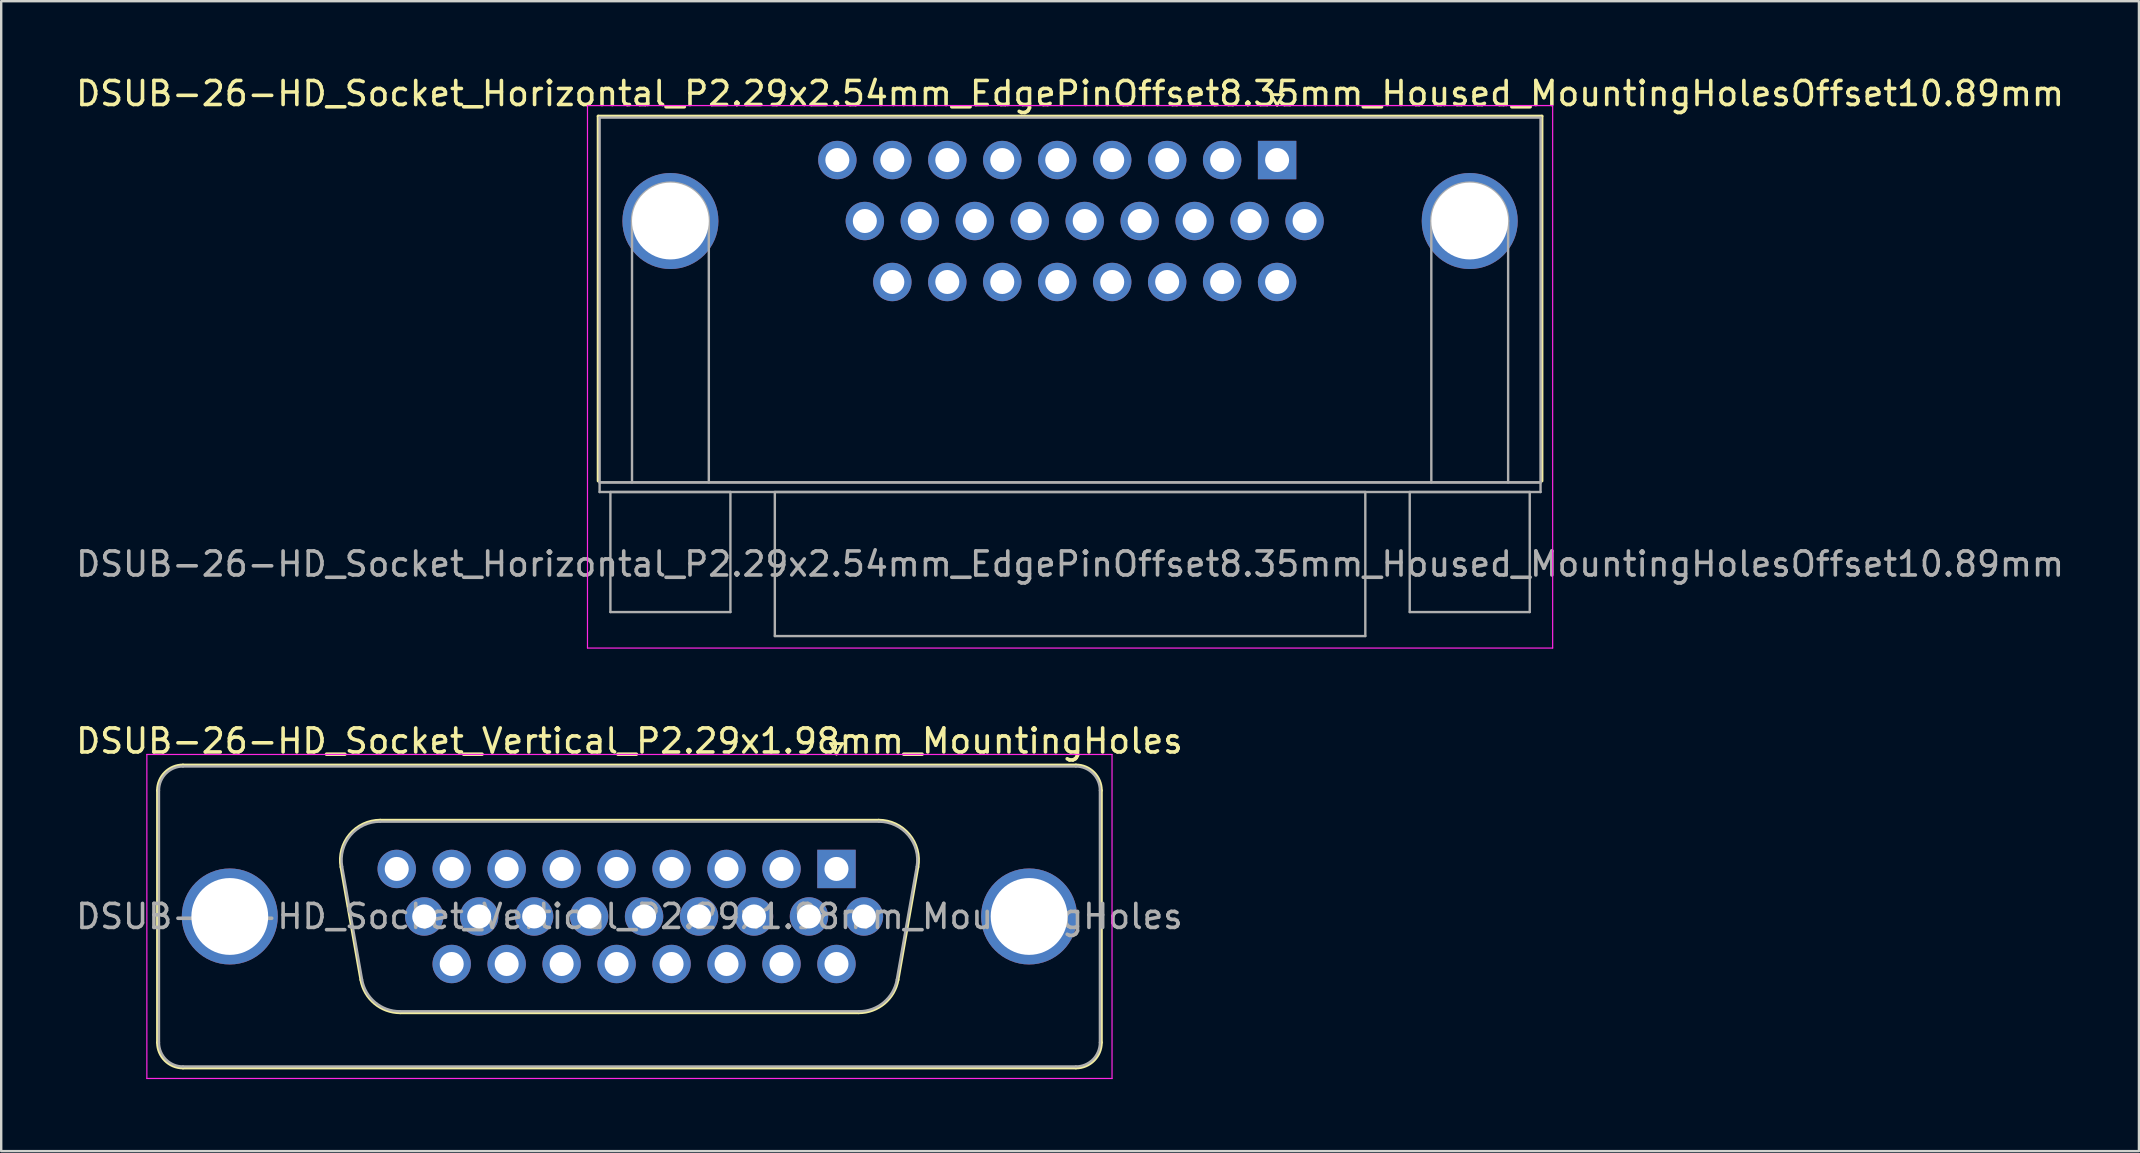
<source format=kicad_pcb>
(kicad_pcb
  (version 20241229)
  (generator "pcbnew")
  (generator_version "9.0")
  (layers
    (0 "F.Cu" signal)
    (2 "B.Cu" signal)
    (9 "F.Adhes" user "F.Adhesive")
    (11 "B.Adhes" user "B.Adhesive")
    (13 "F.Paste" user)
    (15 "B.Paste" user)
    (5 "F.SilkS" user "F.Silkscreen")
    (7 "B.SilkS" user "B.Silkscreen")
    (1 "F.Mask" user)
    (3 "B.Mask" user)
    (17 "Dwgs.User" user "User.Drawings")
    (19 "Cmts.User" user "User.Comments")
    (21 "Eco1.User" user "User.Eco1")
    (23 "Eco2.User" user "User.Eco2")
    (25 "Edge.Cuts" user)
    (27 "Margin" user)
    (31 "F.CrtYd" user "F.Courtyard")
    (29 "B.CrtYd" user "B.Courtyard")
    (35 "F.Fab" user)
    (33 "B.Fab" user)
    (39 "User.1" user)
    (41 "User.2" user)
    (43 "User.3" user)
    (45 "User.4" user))
  (footprint "DSUB-26-HD_Socket_Horizontal_P2.29x2.54mm_EdgePinOffset8.35mm_Housed_MountingHolesOffset10.89mm"
    (layer "F.Cu")
    (at 50.155 3.618)
    (property "Reference" "DSUB-26-HD_Socket_Horizontal_P2.29x2.54mm_EdgePinOffset8.35mm_Housed_MountingHolesOffset10.89mm" (at -8.625 -2.77 0) (layer "F.SilkS") (effects (font (size 1 1) (thickness 0.15))))
    (attr through_hole)
    (fp_line (start -28.285 -1.83) (end 11.035 -1.83) (stroke (width 0.12) (type solid)) (layer "F.SilkS"))
    (fp_line (start -28.285 13.37) (end -28.285 -1.83) (stroke (width 0.12) (type solid)) (layer "F.SilkS"))
    (fp_line (start -0.25 -2.724) (end 0.25 -2.724) (stroke (width 0.12) (type solid)) (layer "F.SilkS"))
    (fp_line (start 0 -2.291) (end -0.25 -2.724) (stroke (width 0.12) (type solid)) (layer "F.SilkS"))
    (fp_line (start 0.25 -2.724) (end 0 -2.291) (stroke (width 0.12) (type solid)) (layer "F.SilkS"))
    (fp_line (start 11.035 -1.83) (end 11.035 13.37) (stroke (width 0.12) (type solid)) (layer "F.SilkS"))
    (fp_line (start -28.73 -2.27) (end -28.73 20.33) (stroke (width 0.05) (type solid)) (layer "F.CrtYd"))
    (fp_line (start -28.73 20.33) (end 11.48 20.33) (stroke (width 0.05) (type solid)) (layer "F.CrtYd"))
    (fp_line (start 11.48 -2.27) (end -28.73 -2.27) (stroke (width 0.05) (type solid)) (layer "F.CrtYd"))
    (fp_line (start 11.48 20.33) (end 11.48 -2.27) (stroke (width 0.05) (type solid)) (layer "F.CrtYd"))
    (fp_line (start -28.225 -1.77) (end -28.225 13.43) (stroke (width 0.1) (type solid)) (layer "F.Fab"))
    (fp_line (start -28.225 13.43) (end -28.225 13.83) (stroke (width 0.1) (type solid)) (layer "F.Fab"))
    (fp_line (start -28.225 13.43) (end 10.975 13.43) (stroke (width 0.1) (type solid)) (layer "F.Fab"))
    (fp_line (start -28.225 13.83) (end 10.975 13.83) (stroke (width 0.1) (type solid)) (layer "F.Fab"))
    (fp_line (start -27.775 13.83) (end -27.775 18.83) (stroke (width 0.1) (type solid)) (layer "F.Fab"))
    (fp_line (start -27.775 18.83) (end -22.775 18.83) (stroke (width 0.1) (type solid)) (layer "F.Fab"))
    (fp_line (start -26.875 13.43) (end -26.875 2.54) (stroke (width 0.1) (type solid)) (layer "F.Fab"))
    (fp_line (start -23.675 13.43) (end -23.675 2.54) (stroke (width 0.1) (type solid)) (layer "F.Fab"))
    (fp_line (start -22.775 13.83) (end -27.775 13.83) (stroke (width 0.1) (type solid)) (layer "F.Fab"))
    (fp_line (start -22.775 18.83) (end -22.775 13.83) (stroke (width 0.1) (type solid)) (layer "F.Fab"))
    (fp_line (start -20.925 13.83) (end -20.925 19.83) (stroke (width 0.1) (type solid)) (layer "F.Fab"))
    (fp_line (start -20.925 19.83) (end 3.675 19.83) (stroke (width 0.1) (type solid)) (layer "F.Fab"))
    (fp_line (start 3.675 13.83) (end -20.925 13.83) (stroke (width 0.1) (type solid)) (layer "F.Fab"))
    (fp_line (start 3.675 19.83) (end 3.675 13.83) (stroke (width 0.1) (type solid)) (layer "F.Fab"))
    (fp_line (start 5.525 13.83) (end 5.525 18.83) (stroke (width 0.1) (type solid)) (layer "F.Fab"))
    (fp_line (start 5.525 18.83) (end 10.525 18.83) (stroke (width 0.1) (type solid)) (layer "F.Fab"))
    (fp_line (start 6.425 13.43) (end 6.425 2.54) (stroke (width 0.1) (type solid)) (layer "F.Fab"))
    (fp_line (start 9.625 13.43) (end 9.625 2.54) (stroke (width 0.1) (type solid)) (layer "F.Fab"))
    (fp_line (start 10.525 13.83) (end 5.525 13.83) (stroke (width 0.1) (type solid)) (layer "F.Fab"))
    (fp_line (start 10.525 18.83) (end 10.525 13.83) (stroke (width 0.1) (type solid)) (layer "F.Fab"))
    (fp_line (start 10.975 -1.77) (end -28.225 -1.77) (stroke (width 0.1) (type solid)) (layer "F.Fab"))
    (fp_line (start 10.975 13.43) (end -28.225 13.43) (stroke (width 0.1) (type solid)) (layer "F.Fab"))
    (fp_line (start 10.975 13.43) (end 10.975 -1.77) (stroke (width 0.1) (type solid)) (layer "F.Fab"))
    (fp_line (start 10.975 13.83) (end 10.975 13.43) (stroke (width 0.1) (type solid)) (layer "F.Fab"))
    (fp_arc (start -26.875 2.54) (mid -25.275 0.94) (end -23.675 2.54) (stroke (width 0.1) (type solid)) (layer "F.Fab"))
    (fp_arc (start 6.425 2.54) (mid 8.025 0.94) (end 9.625 2.54) (stroke (width 0.1) (type solid)) (layer "F.Fab"))
    (fp_text user "${REFERENCE}" (at -8.625 16.83 0) (layer "F.Fab") (effects (font (size 1 1) (thickness 0.15))))
    (pad "0" thru_hole circle (at -25.275 2.54) (size 4 4) (drill 3.2) (layers "*.Cu" "*.Mask"))
    (pad "0" thru_hole circle (at 8.025 2.54) (size 4 4) (drill 3.2) (layers "*.Cu" "*.Mask"))
    (pad "1" thru_hole rect (at 0 0) (size 1.6 1.6) (drill 1) (layers "*.Cu" "*.Mask"))
    (pad "2" thru_hole circle (at -2.29 0) (size 1.6 1.6) (drill 1) (layers "*.Cu" "*.Mask"))
    (pad "3" thru_hole circle (at -4.58 0) (size 1.6 1.6) (drill 1) (layers "*.Cu" "*.Mask"))
    (pad "4" thru_hole circle (at -6.87 0) (size 1.6 1.6) (drill 1) (layers "*.Cu" "*.Mask"))
    (pad "5" thru_hole circle (at -9.16 0) (size 1.6 1.6) (drill 1) (layers "*.Cu" "*.Mask"))
    (pad "6" thru_hole circle (at -11.45 0) (size 1.6 1.6) (drill 1) (layers "*.Cu" "*.Mask"))
    (pad "7" thru_hole circle (at -13.74 0) (size 1.6 1.6) (drill 1) (layers "*.Cu" "*.Mask"))
    (pad "8" thru_hole circle (at -16.03 0) (size 1.6 1.6) (drill 1) (layers "*.Cu" "*.Mask"))
    (pad "9" thru_hole circle (at -18.32 0) (size 1.6 1.6) (drill 1) (layers "*.Cu" "*.Mask"))
    (pad "10" thru_hole circle (at 1.145 2.54) (size 1.6 1.6) (drill 1) (layers "*.Cu" "*.Mask"))
    (pad "11" thru_hole circle (at -1.145 2.54) (size 1.6 1.6) (drill 1) (layers "*.Cu" "*.Mask"))
    (pad "12" thru_hole circle (at -3.435 2.54) (size 1.6 1.6) (drill 1) (layers "*.Cu" "*.Mask"))
    (pad "13" thru_hole circle (at -5.725 2.54) (size 1.6 1.6) (drill 1) (layers "*.Cu" "*.Mask"))
    (pad "14" thru_hole circle (at -8.015 2.54) (size 1.6 1.6) (drill 1) (layers "*.Cu" "*.Mask"))
    (pad "15" thru_hole circle (at -10.305 2.54) (size 1.6 1.6) (drill 1) (layers "*.Cu" "*.Mask"))
    (pad "16" thru_hole circle (at -12.595 2.54) (size 1.6 1.6) (drill 1) (layers "*.Cu" "*.Mask"))
    (pad "17" thru_hole circle (at -14.885 2.54) (size 1.6 1.6) (drill 1) (layers "*.Cu" "*.Mask"))
    (pad "18" thru_hole circle (at -17.175 2.54) (size 1.6 1.6) (drill 1) (layers "*.Cu" "*.Mask"))
    (pad "19" thru_hole circle (at 0 5.08) (size 1.6 1.6) (drill 1) (layers "*.Cu" "*.Mask"))
    (pad "20" thru_hole circle (at -2.29 5.08) (size 1.6 1.6) (drill 1) (layers "*.Cu" "*.Mask"))
    (pad "21" thru_hole circle (at -4.58 5.08) (size 1.6 1.6) (drill 1) (layers "*.Cu" "*.Mask"))
    (pad "22" thru_hole circle (at -6.87 5.08) (size 1.6 1.6) (drill 1) (layers "*.Cu" "*.Mask"))
    (pad "23" thru_hole circle (at -9.16 5.08) (size 1.6 1.6) (drill 1) (layers "*.Cu" "*.Mask"))
    (pad "24" thru_hole circle (at -11.45 5.08) (size 1.6 1.6) (drill 1) (layers "*.Cu" "*.Mask"))
    (pad "25" thru_hole circle (at -13.74 5.08) (size 1.6 1.6) (drill 1) (layers "*.Cu" "*.Mask"))
    (pad "26" thru_hole circle (at -16.03 5.08) (size 1.6 1.6) (drill 1) (layers "*.Cu" "*.Mask")))
  (footprint "DSUB-26-HD_Socket_Vertical_P2.29x1.98mm_MountingHoles"
    (layer "F.Cu")
    (at 31.798 33.151)
    (property "Reference" "DSUB-26-HD_Socket_Vertical_P2.29x1.98mm_MountingHoles" (at -8.625 -5.33 0) (layer "F.SilkS") (effects (font (size 1 1) (thickness 0.15))))
    (attr through_hole)
    (fp_line (start -28.285 7.23) (end -28.285 -3.27) (stroke (width 0.12) (type solid)) (layer "F.SilkS"))
    (fp_line (start -27.225 -4.33) (end 9.975 -4.33) (stroke (width 0.12) (type solid)) (layer "F.SilkS"))
    (fp_line (start -19.813 4.618) (end -20.641 -0.082) (stroke (width 0.12) (type solid)) (layer "F.SilkS"))
    (fp_line (start -19.007 -2.03) (end 1.757 -2.03) (stroke (width 0.12) (type solid)) (layer "F.SilkS"))
    (fp_line (start -0.25 -5.224) (end 0.25 -5.224) (stroke (width 0.12) (type solid)) (layer "F.SilkS"))
    (fp_line (start 0 -4.791) (end -0.25 -5.224) (stroke (width 0.12) (type solid)) (layer "F.SilkS"))
    (fp_line (start 0.25 -5.224) (end 0 -4.791) (stroke (width 0.12) (type solid)) (layer "F.SilkS"))
    (fp_line (start 0.928 5.99) (end -18.178 5.99) (stroke (width 0.12) (type solid)) (layer "F.SilkS"))
    (fp_line (start 3.391 -0.082) (end 2.563 4.618) (stroke (width 0.12) (type solid)) (layer "F.SilkS"))
    (fp_line (start 9.975 8.29) (end -27.225 8.29) (stroke (width 0.12) (type solid)) (layer "F.SilkS"))
    (fp_line (start 11.035 -3.27) (end 11.035 7.23) (stroke (width 0.12) (type solid)) (layer "F.SilkS"))
    (fp_arc (start -28.285 -3.27) (mid -27.974533 -4.019533) (end -27.225 -4.33) (stroke (width 0.12) (type solid)) (layer "F.SilkS"))
    (fp_arc (start -27.225 8.29) (mid -27.974533 7.979533) (end -28.285 7.23) (stroke (width 0.12) (type solid)) (layer "F.SilkS"))
    (fp_arc (start -20.64147 -0.081744) (mid -20.278323 -1.437027) (end -19.006689 -2.03) (stroke (width 0.12) (type solid)) (layer "F.SilkS"))
    (fp_arc (start -18.177952 5.99) (mid -19.24498 5.601634) (end -19.812733 4.618256) (stroke (width 0.12) (type solid)) (layer "F.SilkS"))
    (fp_arc (start 1.756689 -2.03) (mid 3.028323 -1.437027) (end 3.39147 -0.081744) (stroke (width 0.12) (type solid)) (layer "F.SilkS"))
    (fp_arc (start 2.562733 4.618256) (mid 1.99498 5.601634) (end 0.927952 5.99) (stroke (width 0.12) (type solid)) (layer "F.SilkS"))
    (fp_arc (start 9.975 -4.33) (mid 10.724533 -4.019533) (end 11.035 -3.27) (stroke (width 0.12) (type solid)) (layer "F.SilkS"))
    (fp_arc (start 11.035 7.23) (mid 10.724533 7.979533) (end 9.975 8.29) (stroke (width 0.12) (type solid)) (layer "F.SilkS"))
    (fp_line (start -28.73 -4.77) (end -28.73 8.73) (stroke (width 0.05) (type solid)) (layer "F.CrtYd"))
    (fp_line (start -28.73 8.73) (end 11.48 8.73) (stroke (width 0.05) (type solid)) (layer "F.CrtYd"))
    (fp_line (start 11.48 -4.77) (end -28.73 -4.77) (stroke (width 0.05) (type solid)) (layer "F.CrtYd"))
    (fp_line (start 11.48 8.73) (end 11.48 -4.77) (stroke (width 0.05) (type solid)) (layer "F.CrtYd"))
    (fp_line (start -28.225 7.23) (end -28.225 -3.27) (stroke (width 0.1) (type solid)) (layer "F.Fab"))
    (fp_line (start -27.225 -4.27) (end 9.975 -4.27) (stroke (width 0.1) (type solid)) (layer "F.Fab"))
    (fp_line (start -19.765 4.608) (end -20.594 -0.092) (stroke (width 0.1) (type solid)) (layer "F.Fab"))
    (fp_line (start -19.018 -1.97) (end 1.768 -1.97) (stroke (width 0.1) (type solid)) (layer "F.Fab"))
    (fp_line (start 0.939 5.93) (end -18.189 5.93) (stroke (width 0.1) (type solid)) (layer "F.Fab"))
    (fp_line (start 3.344 -0.092) (end 2.515 4.608) (stroke (width 0.1) (type solid)) (layer "F.Fab"))
    (fp_line (start 9.975 8.23) (end -27.225 8.23) (stroke (width 0.1) (type solid)) (layer "F.Fab"))
    (fp_line (start 10.975 -3.27) (end 10.975 7.23) (stroke (width 0.1) (type solid)) (layer "F.Fab"))
    (fp_arc (start -28.225 -3.27) (mid -27.932107 -3.977107) (end -27.225 -4.27) (stroke (width 0.1) (type solid)) (layer "F.Fab"))
    (fp_arc (start -27.225 8.23) (mid -27.932107 7.937107) (end -28.225 7.23) (stroke (width 0.1) (type solid)) (layer "F.Fab"))
    (fp_arc (start -20.593887 -0.092163) (mid -20.243865 -1.39846) (end -19.018194 -1.97) (stroke (width 0.1) (type solid)) (layer "F.Fab"))
    (fp_arc (start -18.189457 5.93) (mid -19.217918 5.555671) (end -19.76515 4.607837) (stroke (width 0.1) (type solid)) (layer "F.Fab"))
    (fp_arc (start 1.768194 -1.97) (mid 2.993865 -1.39846) (end 3.343887 -0.092163) (stroke (width 0.1) (type solid)) (layer "F.Fab"))
    (fp_arc (start 2.51515 4.607837) (mid 1.967918 5.555671) (end 0.939457 5.93) (stroke (width 0.1) (type solid)) (layer "F.Fab"))
    (fp_arc (start 9.975 -4.27) (mid 10.682107 -3.977107) (end 10.975 -3.27) (stroke (width 0.1) (type solid)) (layer "F.Fab"))
    (fp_arc (start 10.975 7.23) (mid 10.682107 7.937107) (end 9.975 8.23) (stroke (width 0.1) (type solid)) (layer "F.Fab"))
    (fp_text user "${REFERENCE}" (at -8.625 1.98 0) (layer "F.Fab") (effects (font (size 1 1) (thickness 0.15))))
    (pad "0" thru_hole circle (at -25.275 1.98) (size 4 4) (drill 3.2) (layers "*.Cu" "*.Mask"))
    (pad "0" thru_hole circle (at 8.025 1.98) (size 4 4) (drill 3.2) (layers "*.Cu" "*.Mask"))
    (pad "1" thru_hole rect (at 0 0) (size 1.6 1.6) (drill 1) (layers "*.Cu" "*.Mask"))
    (pad "2" thru_hole circle (at -2.29 0) (size 1.6 1.6) (drill 1) (layers "*.Cu" "*.Mask"))
    (pad "3" thru_hole circle (at -4.58 0) (size 1.6 1.6) (drill 1) (layers "*.Cu" "*.Mask"))
    (pad "4" thru_hole circle (at -6.87 0) (size 1.6 1.6) (drill 1) (layers "*.Cu" "*.Mask"))
    (pad "5" thru_hole circle (at -9.16 0) (size 1.6 1.6) (drill 1) (layers "*.Cu" "*.Mask"))
    (pad "6" thru_hole circle (at -11.45 0) (size 1.6 1.6) (drill 1) (layers "*.Cu" "*.Mask"))
    (pad "7" thru_hole circle (at -13.74 0) (size 1.6 1.6) (drill 1) (layers "*.Cu" "*.Mask"))
    (pad "8" thru_hole circle (at -16.03 0) (size 1.6 1.6) (drill 1) (layers "*.Cu" "*.Mask"))
    (pad "9" thru_hole circle (at -18.32 0) (size 1.6 1.6) (drill 1) (layers "*.Cu" "*.Mask"))
    (pad "10" thru_hole circle (at 1.145 1.98) (size 1.6 1.6) (drill 1) (layers "*.Cu" "*.Mask"))
    (pad "11" thru_hole circle (at -1.145 1.98) (size 1.6 1.6) (drill 1) (layers "*.Cu" "*.Mask"))
    (pad "12" thru_hole circle (at -3.435 1.98) (size 1.6 1.6) (drill 1) (layers "*.Cu" "*.Mask"))
    (pad "13" thru_hole circle (at -5.725 1.98) (size 1.6 1.6) (drill 1) (layers "*.Cu" "*.Mask"))
    (pad "14" thru_hole circle (at -8.015 1.98) (size 1.6 1.6) (drill 1) (layers "*.Cu" "*.Mask"))
    (pad "15" thru_hole circle (at -10.305 1.98) (size 1.6 1.6) (drill 1) (layers "*.Cu" "*.Mask"))
    (pad "16" thru_hole circle (at -12.595 1.98) (size 1.6 1.6) (drill 1) (layers "*.Cu" "*.Mask"))
    (pad "17" thru_hole circle (at -14.885 1.98) (size 1.6 1.6) (drill 1) (layers "*.Cu" "*.Mask"))
    (pad "18" thru_hole circle (at -17.175 1.98) (size 1.6 1.6) (drill 1) (layers "*.Cu" "*.Mask"))
    (pad "19" thru_hole circle (at 0 3.96) (size 1.6 1.6) (drill 1) (layers "*.Cu" "*.Mask"))
    (pad "20" thru_hole circle (at -2.29 3.96) (size 1.6 1.6) (drill 1) (layers "*.Cu" "*.Mask"))
    (pad "21" thru_hole circle (at -4.58 3.96) (size 1.6 1.6) (drill 1) (layers "*.Cu" "*.Mask"))
    (pad "22" thru_hole circle (at -6.87 3.96) (size 1.6 1.6) (drill 1) (layers "*.Cu" "*.Mask"))
    (pad "23" thru_hole circle (at -9.16 3.96) (size 1.6 1.6) (drill 1) (layers "*.Cu" "*.Mask"))
    (pad "24" thru_hole circle (at -11.45 3.96) (size 1.6 1.6) (drill 1) (layers "*.Cu" "*.Mask"))
    (pad "25" thru_hole circle (at -13.74 3.96) (size 1.6 1.6) (drill 1) (layers "*.Cu" "*.Mask"))
    (pad "26" thru_hole circle (at -16.03 3.96) (size 1.6 1.6) (drill 1) (layers "*.Cu" "*.Mask")))
  (gr_rect
    (start -3 -3)
    (end 86.06 44.907)
    (stroke (width 0.1) (type default))
    (fill no)
    (layer "Edge.Cuts")))
</source>
